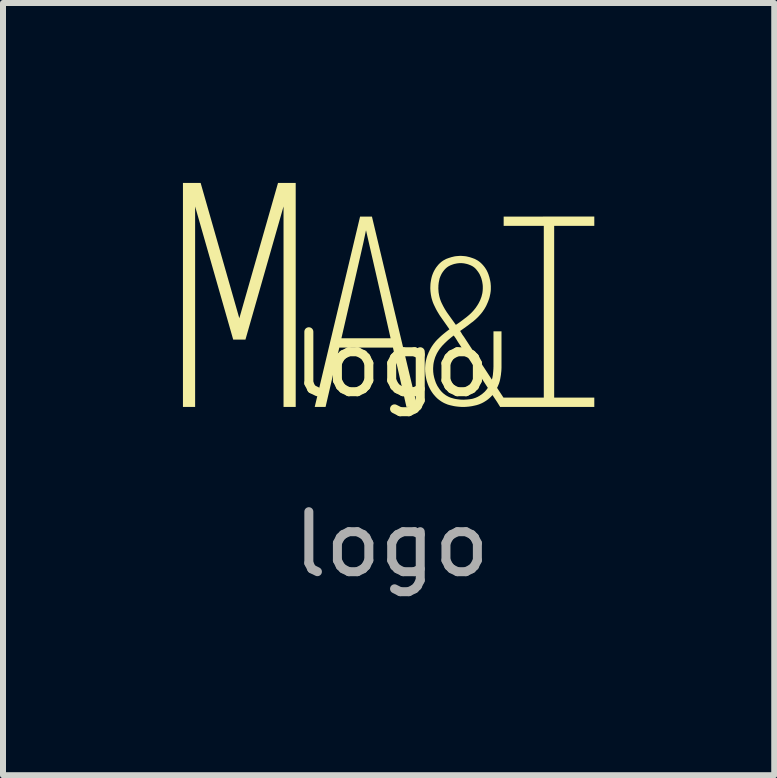
<source format=kicad_pcb>
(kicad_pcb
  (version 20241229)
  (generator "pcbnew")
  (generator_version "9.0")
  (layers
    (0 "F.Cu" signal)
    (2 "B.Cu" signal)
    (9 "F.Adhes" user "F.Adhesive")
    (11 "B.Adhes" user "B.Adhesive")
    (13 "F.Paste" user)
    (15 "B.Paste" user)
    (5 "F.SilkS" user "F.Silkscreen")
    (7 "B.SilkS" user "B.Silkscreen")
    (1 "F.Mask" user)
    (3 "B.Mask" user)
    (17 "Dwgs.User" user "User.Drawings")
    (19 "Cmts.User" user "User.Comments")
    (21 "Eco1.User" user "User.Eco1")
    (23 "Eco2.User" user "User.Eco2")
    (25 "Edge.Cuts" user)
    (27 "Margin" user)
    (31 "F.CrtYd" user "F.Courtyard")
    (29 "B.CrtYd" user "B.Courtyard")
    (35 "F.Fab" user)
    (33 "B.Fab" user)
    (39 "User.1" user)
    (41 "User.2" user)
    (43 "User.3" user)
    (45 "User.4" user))
  (footprint "logo"
    (layer "F.Cu")
    (at 3.48 3.526)
    (property "Reference" "logo" (at 0 -0.5 0) (unlocked yes) (layer "F.SilkS") (effects (font (size 1 1) (thickness 0.15))))
    (attr through_hole)
    (fp_poly (pts (xy -2.54 -1.27) (xy -1.895 -3.526) (xy -1.6 -3.526) (xy -1.6 0.208) (xy -1.803 0.208) (xy -1.803 -3.134) (xy -2.438 -0.914) (xy -2.642 -0.914) (xy -3.277 -3.134) (xy -3.277 0.208) (xy -3.48 0.208) (xy -3.48 -3.526) (xy -3.185 -3.526)) (stroke (width -0.000001) (type solid)) (fill yes) (layer "F.SilkS"))
    (fp_poly (pts (xy 0.427 0.208) (xy 0.246 0.208) (xy 0.021 -0.781) (xy -0.873 -0.781) (xy -1.102 0.208) (xy -1.283 0.208) (xy -1.011 -0.936) (xy -0.838 -0.936) (xy -0.018 -0.936) (xy -0.238 -1.908) (xy -0.333 -2.322) (xy -0.428 -2.737) (xy -0.472 -2.529) (xy -0.519 -2.322) (xy -0.614 -1.908) (xy -0.838 -0.936) (xy -1.011 -0.936) (xy -0.527 -2.965) (xy -0.329 -2.965)) (stroke (width -0.000001) (type solid)) (fill yes) (layer "F.SilkS"))
    (fp_poly (pts (xy 3.378 -2.81) (xy 2.709 -2.81) (xy 2.709 0.053) (xy 3.378 0.053) (xy 3.378 0.208) (xy 1.867 0.208) (xy 1.809 0.209) (xy 1.77 0.146) (xy 1.755 0.122) (xy 1.68 0.01) (xy 1.673 0.019) (xy 1.665 0.027) (xy 1.658 0.035) (xy 1.65 0.043) (xy 1.642 0.05) (xy 1.634 0.058) (xy 1.626 0.065) (xy 1.617 0.072) (xy 1.609 0.08) (xy 1.6 0.086) (xy 1.591 0.093) (xy 1.581 0.1) (xy 1.572 0.106) (xy 1.562 0.112) (xy 1.553 0.118) (xy 1.543 0.124) (xy 1.533 0.13) (xy 1.522 0.136) (xy 1.512 0.141) (xy 1.502 0.146) (xy 1.491 0.151) (xy 1.481 0.155) (xy 1.47 0.16) (xy 1.46 0.164) (xy 1.449 0.168) (xy 1.438 0.171) (xy 1.427 0.175) (xy 1.416 0.178) (xy 1.405 0.181) (xy 1.394 0.183) (xy 1.383 0.186) (xy 1.372 0.188) (xy 1.35 0.193) (xy 1.328 0.197) (xy 1.306 0.2) (xy 1.284 0.203) (xy 1.261 0.205) (xy 1.239 0.207) (xy 1.217 0.208) (xy 1.194 0.208) (xy 1.162 0.208) (xy 1.13 0.206) (xy 1.099 0.203) (xy 1.067 0.199) (xy 1.036 0.194) (xy 1.005 0.187) (xy 0.974 0.18) (xy 0.942 0.171) (xy 0.927 0.166) (xy 0.913 0.16) (xy 0.898 0.154) (xy 0.884 0.148) (xy 0.87 0.141) (xy 0.856 0.134) (xy 0.843 0.126) (xy 0.829 0.118) (xy 0.816 0.109) (xy 0.803 0.1) (xy 0.791 0.091) (xy 0.778 0.081) (xy 0.766 0.071) (xy 0.754 0.06) (xy 0.743 0.049) (xy 0.731 0.037) (xy 0.721 0.025) (xy 0.71 0.013) (xy 0.7 0.001) (xy 0.69 -0.011) (xy 0.681 -0.024) (xy 0.672 -0.037) (xy 0.663 -0.05) (xy 0.655 -0.063) (xy 0.647 -0.077) (xy 0.639 -0.091) (xy 0.632 -0.105) (xy 0.625 -0.119) (xy 0.618 -0.133) (xy 0.612 -0.148) (xy 0.606 -0.162) (xy 0.601 -0.177) (xy 0.59 -0.208) (xy 0.581 -0.239) (xy 0.574 -0.27) (xy 0.571 -0.286) (xy 0.568 -0.301) (xy 0.565 -0.317) (xy 0.563 -0.332) (xy 0.561 -0.348) (xy 0.56 -0.363) (xy 0.558 -0.379) (xy 0.558 -0.394) (xy 0.557 -0.41) (xy 0.557 -0.425) (xy 0.691 -0.425) (xy 0.691 -0.413) (xy 0.692 -0.4) (xy 0.692 -0.388) (xy 0.693 -0.375) (xy 0.694 -0.363) (xy 0.696 -0.35) (xy 0.697 -0.338) (xy 0.699 -0.326) (xy 0.702 -0.313) (xy 0.704 -0.301) (xy 0.71 -0.276) (xy 0.717 -0.252) (xy 0.725 -0.228) (xy 0.729 -0.216) (xy 0.733 -0.204) (xy 0.738 -0.192) (xy 0.743 -0.18) (xy 0.749 -0.169) (xy 0.754 -0.157) (xy 0.76 -0.146) (xy 0.766 -0.135) (xy 0.773 -0.125) (xy 0.78 -0.114) (xy 0.787 -0.103) (xy 0.794 -0.093) (xy 0.801 -0.083) (xy 0.809 -0.073) (xy 0.817 -0.063) (xy 0.825 -0.053) (xy 0.834 -0.044) (xy 0.843 -0.035) (xy 0.852 -0.026) (xy 0.862 -0.017) (xy 0.872 -0.009) (xy 0.882 -0.002) (xy 0.892 0.006) (xy 0.902 0.013) (xy 0.913 0.02) (xy 0.924 0.026) (xy 0.935 0.032) (xy 0.946 0.038) (xy 0.957 0.043) (xy 0.969 0.048) (xy 0.981 0.053) (xy 0.993 0.057) (xy 1.018 0.064) (xy 1.043 0.071) (xy 1.068 0.076) (xy 1.093 0.08) (xy 1.119 0.083) (xy 1.144 0.086) (xy 1.169 0.087) (xy 1.194 0.088) (xy 1.214 0.087) (xy 1.234 0.086) (xy 1.254 0.085) (xy 1.274 0.083) (xy 1.293 0.081) (xy 1.313 0.078) (xy 1.332 0.075) (xy 1.352 0.071) (xy 1.361 0.068) (xy 1.371 0.065) (xy 1.38 0.062) (xy 1.389 0.059) (xy 1.398 0.056) (xy 1.407 0.052) (xy 1.416 0.048) (xy 1.425 0.044) (xy 1.434 0.04) (xy 1.443 0.035) (xy 1.451 0.03) (xy 1.46 0.026) (xy 1.468 0.02) (xy 1.476 0.015) (xy 1.484 0.009) (xy 1.492 0.004) (xy 1.501 -0.002) (xy 1.509 -0.008) (xy 1.517 -0.015) (xy 1.524 -0.021) (xy 1.532 -0.028) (xy 1.539 -0.034) (xy 1.547 -0.041) (xy 1.554 -0.048) (xy 1.56 -0.055) (xy 1.567 -0.063) (xy 1.573 -0.07) (xy 1.58 -0.078) (xy 1.586 -0.086) (xy 1.592 -0.094) (xy 1.597 -0.102) (xy 1.603 -0.11) (xy 1.103 -0.878) (xy 1.07 -0.932) (xy 1.066 -0.938) (xy 1.061 -0.945) (xy 1.057 -0.951) (xy 1.052 -0.958) (xy 1.048 -0.964) (xy 1.043 -0.97) (xy 1.038 -0.976) (xy 1.033 -0.982) (xy 1.033 -0.982) (xy 1.011 -0.965) (xy 0.988 -0.947) (xy 0.967 -0.929) (xy 0.945 -0.911) (xy 0.924 -0.892) (xy 0.903 -0.872) (xy 0.882 -0.852) (xy 0.862 -0.831) (xy 0.852 -0.821) (xy 0.842 -0.811) (xy 0.833 -0.8) (xy 0.824 -0.789) (xy 0.815 -0.778) (xy 0.806 -0.767) (xy 0.798 -0.756) (xy 0.79 -0.744) (xy 0.782 -0.732) (xy 0.775 -0.72) (xy 0.767 -0.708) (xy 0.76 -0.695) (xy 0.753 -0.683) (xy 0.747 -0.67) (xy 0.741 -0.657) (xy 0.735 -0.643) (xy 0.729 -0.63) (xy 0.724 -0.617) (xy 0.72 -0.604) (xy 0.716 -0.591) (xy 0.712 -0.577) (xy 0.708 -0.564) (xy 0.705 -0.55) (xy 0.702 -0.537) (xy 0.699 -0.523) (xy 0.697 -0.509) (xy 0.695 -0.496) (xy 0.694 -0.482) (xy 0.693 -0.468) (xy 0.692 -0.454) (xy 0.691 -0.44) (xy 0.691 -0.425) (xy 0.557 -0.425) (xy 0.557 -0.425) (xy 0.557 -0.443) (xy 0.558 -0.46) (xy 0.559 -0.476) (xy 0.56 -0.493) (xy 0.562 -0.51) (xy 0.564 -0.527) (xy 0.567 -0.543) (xy 0.57 -0.56) (xy 0.574 -0.576) (xy 0.578 -0.592) (xy 0.582 -0.608) (xy 0.587 -0.624) (xy 0.592 -0.64) (xy 0.598 -0.656) (xy 0.604 -0.671) (xy 0.611 -0.687) (xy 0.617 -0.703) (xy 0.625 -0.718) (xy 0.632 -0.734) (xy 0.64 -0.749) (xy 0.648 -0.764) (xy 0.656 -0.778) (xy 0.665 -0.793) (xy 0.674 -0.807) (xy 0.684 -0.821) (xy 0.693 -0.834) (xy 0.703 -0.848) (xy 0.714 -0.861) (xy 0.724 -0.874) (xy 0.735 -0.887) (xy 0.746 -0.899) (xy 0.758 -0.912) (xy 0.783 -0.936) (xy 0.807 -0.959) (xy 0.832 -0.982) (xy 0.858 -1.004) (xy 0.884 -1.025) (xy 0.91 -1.046) (xy 0.936 -1.066) (xy 0.963 -1.086) (xy 0.889 -1.192) (xy 0.815 -1.297) (xy 0.797 -1.324) (xy 0.78 -1.352) (xy 0.763 -1.38) (xy 0.747 -1.408) (xy 0.732 -1.437) (xy 0.718 -1.466) (xy 0.704 -1.495) (xy 0.691 -1.525) (xy 0.685 -1.541) (xy 0.68 -1.556) (xy 0.675 -1.572) (xy 0.67 -1.588) (xy 0.666 -1.603) (xy 0.662 -1.619) (xy 0.659 -1.635) (xy 0.656 -1.651) (xy 0.653 -1.667) (xy 0.651 -1.683) (xy 0.649 -1.699) (xy 0.647 -1.715) (xy 0.646 -1.731) (xy 0.645 -1.747) (xy 0.644 -1.764) (xy 0.644 -1.777) (xy 0.778 -1.777) (xy 0.778 -1.762) (xy 0.779 -1.747) (xy 0.78 -1.733) (xy 0.781 -1.718) (xy 0.782 -1.704) (xy 0.784 -1.69) (xy 0.787 -1.675) (xy 0.789 -1.661) (xy 0.792 -1.647) (xy 0.795 -1.633) (xy 0.799 -1.618) (xy 0.803 -1.604) (xy 0.807 -1.59) (xy 0.812 -1.576) (xy 0.817 -1.562) (xy 0.822 -1.549) (xy 0.834 -1.522) (xy 0.847 -1.496) (xy 0.86 -1.47) (xy 0.874 -1.445) (xy 0.888 -1.42) (xy 0.904 -1.395) (xy 0.919 -1.371) (xy 0.936 -1.347) (xy 1.07 -1.16) (xy 1.097 -1.178) (xy 1.125 -1.197) (xy 1.151 -1.216) (xy 1.178 -1.236) (xy 1.204 -1.256) (xy 1.23 -1.276) (xy 1.256 -1.296) (xy 1.281 -1.317) (xy 1.294 -1.328) (xy 1.307 -1.34) (xy 1.319 -1.351) (xy 1.331 -1.363) (xy 1.342 -1.375) (xy 1.354 -1.387) (xy 1.365 -1.4) (xy 1.376 -1.413) (xy 1.386 -1.426) (xy 1.397 -1.439) (xy 1.407 -1.453) (xy 1.416 -1.467) (xy 1.426 -1.481) (xy 1.435 -1.496) (xy 1.444 -1.51) (xy 1.452 -1.525) (xy 1.46 -1.54) (xy 1.468 -1.556) (xy 1.475 -1.571) (xy 1.481 -1.586) (xy 1.487 -1.602) (xy 1.493 -1.618) (xy 1.498 -1.633) (xy 1.502 -1.649) (xy 1.506 -1.665) (xy 1.51 -1.681) (xy 1.513 -1.697) (xy 1.515 -1.714) (xy 1.517 -1.73) (xy 1.518 -1.747) (xy 1.519 -1.763) (xy 1.519 -1.78) (xy 1.519 -1.799) (xy 1.518 -1.818) (xy 1.516 -1.837) (xy 1.513 -1.856) (xy 1.51 -1.875) (xy 1.506 -1.894) (xy 1.501 -1.912) (xy 1.496 -1.931) (xy 1.493 -1.94) (xy 1.489 -1.95) (xy 1.486 -1.959) (xy 1.482 -1.968) (xy 1.478 -1.977) (xy 1.474 -1.986) (xy 1.47 -1.995) (xy 1.466 -2.004) (xy 1.461 -2.012) (xy 1.456 -2.021) (xy 1.451 -2.029) (xy 1.445 -2.037) (xy 1.44 -2.045) (xy 1.434 -2.053) (xy 1.428 -2.061) (xy 1.422 -2.068) (xy 1.416 -2.076) (xy 1.41 -2.084) (xy 1.403 -2.091) (xy 1.397 -2.098) (xy 1.39 -2.105) (xy 1.383 -2.111) (xy 1.376 -2.117) (xy 1.368 -2.123) (xy 1.361 -2.128) (xy 1.353 -2.134) (xy 1.345 -2.138) (xy 1.336 -2.143) (xy 1.328 -2.147) (xy 1.319 -2.152) (xy 1.31 -2.155) (xy 1.301 -2.159) (xy 1.292 -2.162) (xy 1.283 -2.166) (xy 1.274 -2.169) (xy 1.264 -2.172) (xy 1.255 -2.175) (xy 1.245 -2.177) (xy 1.236 -2.179) (xy 1.227 -2.181) (xy 1.217 -2.183) (xy 1.208 -2.185) (xy 1.198 -2.186) (xy 1.189 -2.187) (xy 1.179 -2.188) (xy 1.17 -2.189) (xy 1.16 -2.189) (xy 1.15 -2.189) (xy 1.15 -2.189) (xy 1.14 -2.189) (xy 1.13 -2.189) (xy 1.12 -2.188) (xy 1.111 -2.187) (xy 1.101 -2.186) (xy 1.091 -2.185) (xy 1.081 -2.183) (xy 1.072 -2.181) (xy 1.062 -2.179) (xy 1.052 -2.177) (xy 1.043 -2.175) (xy 1.033 -2.172) (xy 1.024 -2.169) (xy 1.015 -2.166) (xy 1.005 -2.162) (xy 0.996 -2.159) (xy 0.987 -2.155) (xy 0.978 -2.152) (xy 0.969 -2.147) (xy 0.961 -2.143) (xy 0.952 -2.138) (xy 0.944 -2.134) (xy 0.936 -2.128) (xy 0.928 -2.123) (xy 0.921 -2.117) (xy 0.913 -2.111) (xy 0.906 -2.105) (xy 0.899 -2.098) (xy 0.892 -2.091) (xy 0.885 -2.084) (xy 0.878 -2.076) (xy 0.872 -2.068) (xy 0.866 -2.061) (xy 0.86 -2.053) (xy 0.854 -2.045) (xy 0.849 -2.037) (xy 0.843 -2.029) (xy 0.838 -2.021) (xy 0.833 -2.012) (xy 0.829 -2.004) (xy 0.824 -1.995) (xy 0.82 -1.986) (xy 0.816 -1.977) (xy 0.812 -1.968) (xy 0.808 -1.959) (xy 0.805 -1.95) (xy 0.801 -1.94) (xy 0.798 -1.931) (xy 0.794 -1.912) (xy 0.79 -1.892) (xy 0.786 -1.873) (xy 0.783 -1.854) (xy 0.781 -1.834) (xy 0.779 -1.815) (xy 0.779 -1.796) (xy 0.778 -1.777) (xy 0.644 -1.777) (xy 0.644 -1.78) (xy 0.645 -1.806) (xy 0.646 -1.831) (xy 0.648 -1.857) (xy 0.652 -1.882) (xy 0.656 -1.907) (xy 0.661 -1.932) (xy 0.667 -1.957) (xy 0.674 -1.981) (xy 0.679 -1.994) (xy 0.683 -2.006) (xy 0.688 -2.018) (xy 0.693 -2.03) (xy 0.698 -2.042) (xy 0.704 -2.053) (xy 0.71 -2.065) (xy 0.716 -2.076) (xy 0.723 -2.087) (xy 0.729 -2.098) (xy 0.736 -2.108) (xy 0.743 -2.119) (xy 0.751 -2.129) (xy 0.759 -2.139) (xy 0.767 -2.149) (xy 0.775 -2.159) (xy 0.784 -2.169) (xy 0.793 -2.178) (xy 0.802 -2.187) (xy 0.812 -2.196) (xy 0.822 -2.205) (xy 0.832 -2.213) (xy 0.842 -2.22) (xy 0.853 -2.228) (xy 0.864 -2.235) (xy 0.875 -2.241) (xy 0.886 -2.247) (xy 0.897 -2.253) (xy 0.909 -2.259) (xy 0.921 -2.264) (xy 0.933 -2.268) (xy 0.946 -2.273) (xy 0.958 -2.277) (xy 0.971 -2.281) (xy 0.984 -2.285) (xy 0.996 -2.289) (xy 1.009 -2.292) (xy 1.021 -2.295) (xy 1.034 -2.298) (xy 1.046 -2.301) (xy 1.059 -2.303) (xy 1.072 -2.305) (xy 1.084 -2.306) (xy 1.097 -2.307) (xy 1.109 -2.308) (xy 1.122 -2.309) (xy 1.134 -2.31) (xy 1.147 -2.31) (xy 1.16 -2.31) (xy 1.173 -2.309) (xy 1.186 -2.308) (xy 1.199 -2.307) (xy 1.211 -2.306) (xy 1.224 -2.305) (xy 1.237 -2.303) (xy 1.249 -2.301) (xy 1.262 -2.298) (xy 1.274 -2.295) (xy 1.287 -2.292) (xy 1.299 -2.289) (xy 1.312 -2.285) (xy 1.324 -2.281) (xy 1.336 -2.277) (xy 1.348 -2.273) (xy 1.361 -2.268) (xy 1.373 -2.264) (xy 1.385 -2.259) (xy 1.397 -2.253) (xy 1.408 -2.247) (xy 1.419 -2.241) (xy 1.43 -2.235) (xy 1.441 -2.228) (xy 1.452 -2.22) (xy 1.462 -2.213) (xy 1.472 -2.205) (xy 1.482 -2.196) (xy 1.492 -2.187) (xy 1.501 -2.178) (xy 1.51 -2.169) (xy 1.519 -2.159) (xy 1.528 -2.149) (xy 1.536 -2.139) (xy 1.544 -2.129) (xy 1.552 -2.119) (xy 1.559 -2.108) (xy 1.566 -2.098) (xy 1.573 -2.087) (xy 1.579 -2.076) (xy 1.586 -2.065) (xy 1.591 -2.053) (xy 1.597 -2.042) (xy 1.602 -2.03) (xy 1.607 -2.018) (xy 1.612 -2.006) (xy 1.616 -1.994) (xy 1.62 -1.981) (xy 1.628 -1.957) (xy 1.634 -1.932) (xy 1.64 -1.907) (xy 1.645 -1.882) (xy 1.649 -1.857) (xy 1.651 -1.831) (xy 1.653 -1.806) (xy 1.653 -1.78) (xy 1.653 -1.766) (xy 1.653 -1.752) (xy 1.652 -1.737) (xy 1.651 -1.723) (xy 1.649 -1.709) (xy 1.647 -1.695) (xy 1.645 -1.681) (xy 1.642 -1.667) (xy 1.639 -1.653) (xy 1.636 -1.639) (xy 1.633 -1.625) (xy 1.629 -1.611) (xy 1.625 -1.597) (xy 1.62 -1.583) (xy 1.615 -1.569) (xy 1.61 -1.555) (xy 1.605 -1.542) (xy 1.599 -1.528) (xy 1.593 -1.515) (xy 1.587 -1.501) (xy 1.581 -1.488) (xy 1.575 -1.475) (xy 1.568 -1.462) (xy 1.561 -1.45) (xy 1.554 -1.437) (xy 1.546 -1.425) (xy 1.539 -1.413) (xy 1.53 -1.401) (xy 1.522 -1.389) (xy 1.514 -1.377) (xy 1.505 -1.366) (xy 1.496 -1.354) (xy 1.478 -1.333) (xy 1.459 -1.312) (xy 1.44 -1.291) (xy 1.419 -1.271) (xy 1.399 -1.252) (xy 1.377 -1.233) (xy 1.355 -1.214) (xy 1.331 -1.197) (xy 1.286 -1.162) (xy 1.24 -1.128) (xy 1.194 -1.095) (xy 1.147 -1.062) (xy 1.144 -1.059) (xy 1.14 -1.059) (xy 1.145 -1.052) (xy 1.15 -1.044) (xy 1.155 -1.036) (xy 1.16 -1.029) (xy 1.164 -1.021) (xy 1.169 -1.014) (xy 1.173 -1.006) (xy 1.177 -0.999) (xy 1.187 -0.985) (xy 1.197 -0.971) (xy 1.207 -0.957) (xy 1.217 -0.942) (xy 1.67 -0.248) (xy 1.674 -0.261) (xy 1.678 -0.275) (xy 1.681 -0.288) (xy 1.683 -0.302) (xy 1.686 -0.316) (xy 1.688 -0.33) (xy 1.689 -0.344) (xy 1.69 -0.358) (xy 1.692 -0.373) (xy 1.693 -0.387) (xy 1.694 -0.401) (xy 1.695 -0.415) (xy 1.696 -0.43) (xy 1.696 -0.444) (xy 1.697 -0.458) (xy 1.697 -0.472) (xy 1.697 -1.052) (xy 1.831 -1.052) (xy 1.831 -0.472) (xy 1.831 -0.449) (xy 1.83 -0.425) (xy 1.829 -0.402) (xy 1.827 -0.378) (xy 1.824 -0.355) (xy 1.822 -0.332) (xy 1.818 -0.308) (xy 1.814 -0.285) (xy 1.812 -0.273) (xy 1.81 -0.262) (xy 1.808 -0.251) (xy 1.806 -0.24) (xy 1.803 -0.229) (xy 1.8 -0.218) (xy 1.797 -0.207) (xy 1.793 -0.196) (xy 1.79 -0.185) (xy 1.786 -0.174) (xy 1.781 -0.163) (xy 1.777 -0.153) (xy 1.772 -0.142) (xy 1.768 -0.131) (xy 1.763 -0.121) (xy 1.757 -0.11) (xy 1.864 0.053) (xy 1.88 0.053) (xy 1.88 0.053) (xy 2.536 0.053) (xy 2.536 -2.81) (xy 1.867 -2.81) (xy 1.867 -2.965) (xy 3.378 -2.966)) (stroke (width -0.000001) (type solid)) (fill yes) (layer "F.SilkS"))
    (fp_text user "${REFERENCE}" (at 0 2.5 0) (unlocked yes) (layer "F.Fab") (effects (font (size 1 1) (thickness 0.15)))))
  (gr_rect
    (start -3 -3)
    (end 9.858 9.874)
    (stroke (width 0.1) (type default))
    (fill no)
    (layer "Edge.Cuts")))
</source>
